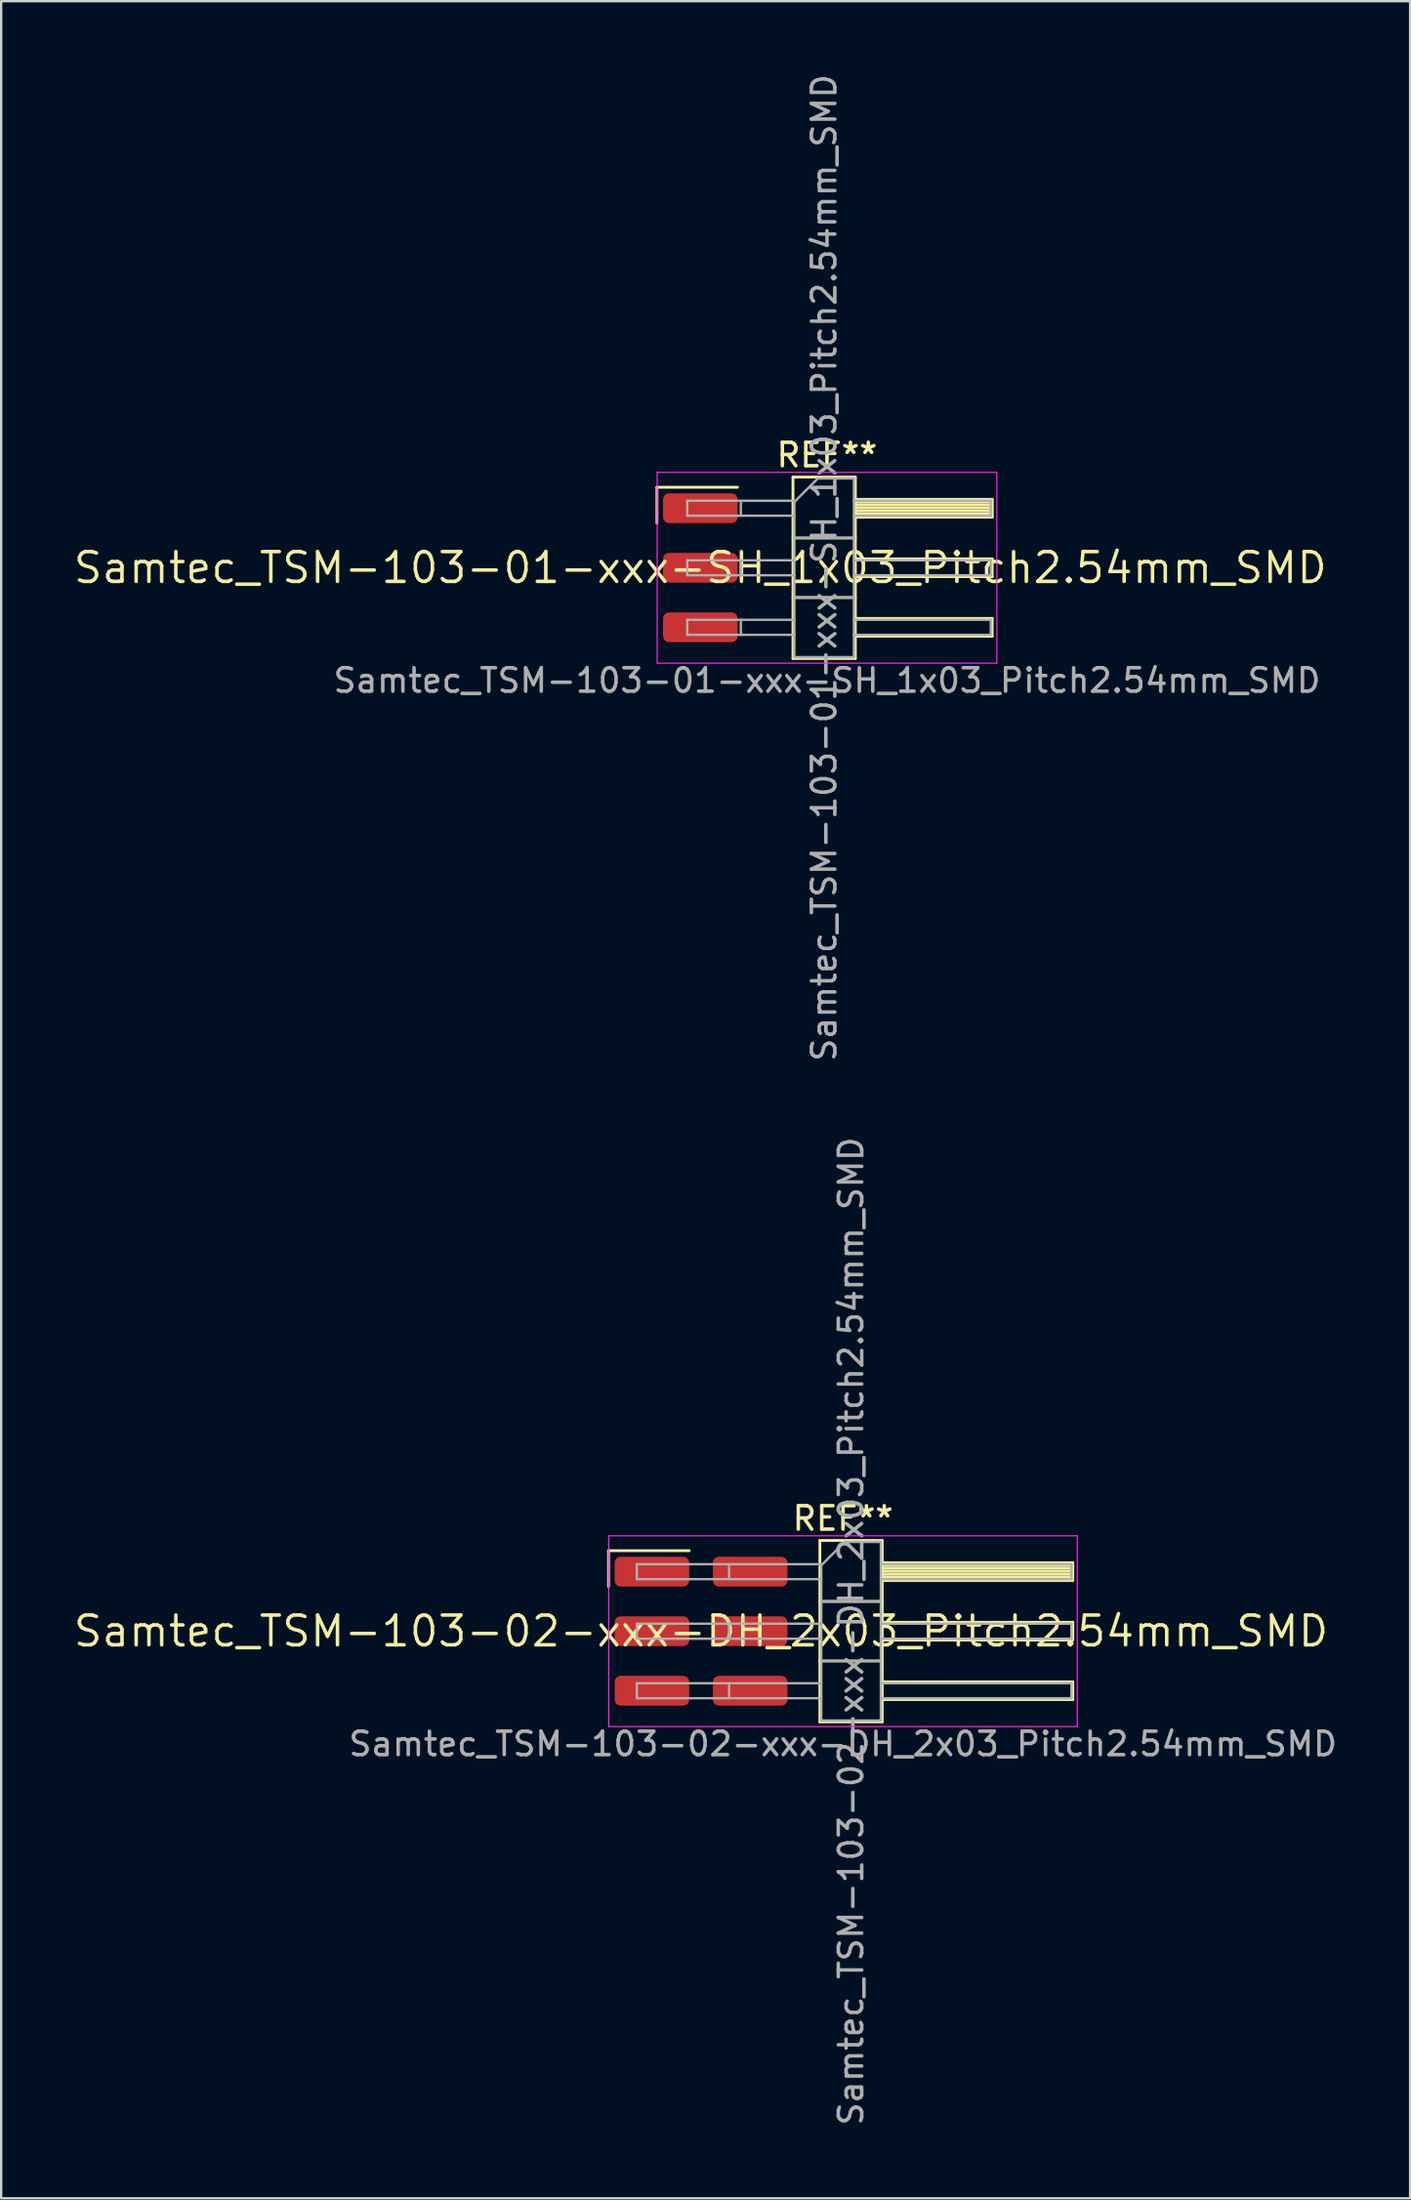
<source format=kicad_pcb>
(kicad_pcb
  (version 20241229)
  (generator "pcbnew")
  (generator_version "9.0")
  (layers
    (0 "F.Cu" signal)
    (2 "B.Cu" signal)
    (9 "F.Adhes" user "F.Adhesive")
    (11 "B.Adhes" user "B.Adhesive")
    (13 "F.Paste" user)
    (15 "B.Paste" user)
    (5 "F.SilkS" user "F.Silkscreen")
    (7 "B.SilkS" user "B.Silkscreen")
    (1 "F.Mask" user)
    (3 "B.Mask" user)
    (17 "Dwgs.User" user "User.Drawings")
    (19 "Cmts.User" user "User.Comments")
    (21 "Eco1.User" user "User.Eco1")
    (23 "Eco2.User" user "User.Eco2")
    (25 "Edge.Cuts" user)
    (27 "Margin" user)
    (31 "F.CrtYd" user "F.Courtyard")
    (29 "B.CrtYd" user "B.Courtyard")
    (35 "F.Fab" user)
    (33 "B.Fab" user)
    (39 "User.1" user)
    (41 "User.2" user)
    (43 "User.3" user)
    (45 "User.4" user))
  (footprint "Samtec_TSM-103-01-xxx-SH_1x03_Pitch2.54mm_SMD"
    (layer "F.Cu")
    (at 26.828 21.173)
    (property "Reference" "Samtec_TSM-103-01-xxx-SH_1x03_Pitch2.54mm_SMD" (at 0 0 0) (layer "F.SilkS") (effects (font (size 1.27 1.27) (thickness 0.15))))
    (attr smd)
    (fp_line (start -1.85 -3.435) (end 1.59 -3.435) (stroke (width 0.12) (type solid)) (layer "F.SilkS"))
    (fp_line (start -1.85 -1.905) (end -1.85 -3.435) (stroke (width 0.12) (type solid)) (layer "F.SilkS"))
    (fp_line (start 3.953 -3.87) (end 6.613 -3.87) (stroke (width 0.12) (type solid)) (layer "F.SilkS"))
    (fp_line (start 3.953 -1.27) (end 6.613 -1.27) (stroke (width 0.12) (type solid)) (layer "F.SilkS"))
    (fp_line (start 3.953 1.27) (end 6.613 1.27) (stroke (width 0.12) (type solid)) (layer "F.SilkS"))
    (fp_line (start 3.953 3.87) (end 3.953 -3.87) (stroke (width 0.12) (type solid)) (layer "F.SilkS"))
    (fp_line (start 6.613 -3.87) (end 6.613 3.87) (stroke (width 0.12) (type solid)) (layer "F.SilkS"))
    (fp_line (start 6.613 -2.92) (end 12.453 -2.92) (stroke (width 0.12) (type solid)) (layer "F.SilkS"))
    (fp_line (start 6.613 -2.8) (end 12.453 -2.8) (stroke (width 0.12) (type solid)) (layer "F.SilkS"))
    (fp_line (start 6.613 -2.68) (end 12.453 -2.68) (stroke (width 0.12) (type solid)) (layer "F.SilkS"))
    (fp_line (start 6.613 -2.56) (end 12.453 -2.56) (stroke (width 0.12) (type solid)) (layer "F.SilkS"))
    (fp_line (start 6.613 -2.44) (end 12.453 -2.44) (stroke (width 0.12) (type solid)) (layer "F.SilkS"))
    (fp_line (start 6.613 -2.32) (end 12.453 -2.32) (stroke (width 0.12) (type solid)) (layer "F.SilkS"))
    (fp_line (start 6.613 -2.2) (end 12.453 -2.2) (stroke (width 0.12) (type solid)) (layer "F.SilkS"))
    (fp_line (start 6.613 -2.16) (end 12.453 -2.16) (stroke (width 0.12) (type solid)) (layer "F.SilkS"))
    (fp_line (start 6.613 -0.38) (end 12.453 -0.38) (stroke (width 0.12) (type solid)) (layer "F.SilkS"))
    (fp_line (start 6.613 0.38) (end 12.453 0.38) (stroke (width 0.12) (type solid)) (layer "F.SilkS"))
    (fp_line (start 6.613 2.16) (end 12.453 2.16) (stroke (width 0.12) (type solid)) (layer "F.SilkS"))
    (fp_line (start 6.613 2.92) (end 12.453 2.92) (stroke (width 0.12) (type solid)) (layer "F.SilkS"))
    (fp_line (start 6.613 3.87) (end 3.953 3.87) (stroke (width 0.12) (type solid)) (layer "F.SilkS"))
    (fp_line (start 12.453 -2.92) (end 12.453 -2.16) (stroke (width 0.12) (type solid)) (layer "F.SilkS"))
    (fp_line (start 12.453 -0.38) (end 12.453 0.38) (stroke (width 0.12) (type solid)) (layer "F.SilkS"))
    (fp_line (start 12.453 2.16) (end 12.453 2.92) (stroke (width 0.12) (type solid)) (layer "F.SilkS"))
    (fp_line (start -1.84 -4.07) (end 12.65 -4.07) (stroke (width 0.05) (type solid)) (layer "F.CrtYd"))
    (fp_line (start -1.84 4.07) (end -1.84 -4.07) (stroke (width 0.05) (type solid)) (layer "F.CrtYd"))
    (fp_line (start 12.65 -4.07) (end 12.65 4.07) (stroke (width 0.05) (type solid)) (layer "F.CrtYd"))
    (fp_line (start 12.65 4.07) (end -1.84 4.07) (stroke (width 0.05) (type solid)) (layer "F.CrtYd"))
    (fp_line (start -0.557 -2.86) (end -0.557 -2.22) (stroke (width 0.1) (type solid)) (layer "F.Fab"))
    (fp_line (start -0.557 -2.86) (end 4.013 -2.86) (stroke (width 0.1) (type solid)) (layer "F.Fab"))
    (fp_line (start -0.557 -2.22) (end 4.013 -2.22) (stroke (width 0.1) (type solid)) (layer "F.Fab"))
    (fp_line (start -0.557 -0.32) (end -0.557 0.32) (stroke (width 0.1) (type solid)) (layer "F.Fab"))
    (fp_line (start -0.557 -0.32) (end 4.013 -0.32) (stroke (width 0.1) (type solid)) (layer "F.Fab"))
    (fp_line (start -0.557 0.32) (end 4.013 0.32) (stroke (width 0.1) (type solid)) (layer "F.Fab"))
    (fp_line (start -0.557 2.22) (end -0.557 2.86) (stroke (width 0.1) (type solid)) (layer "F.Fab"))
    (fp_line (start -0.557 2.22) (end 4.013 2.22) (stroke (width 0.1) (type solid)) (layer "F.Fab"))
    (fp_line (start -0.557 2.86) (end 4.013 2.86) (stroke (width 0.1) (type solid)) (layer "F.Fab"))
    (fp_line (start 1.728 -2.86) (end 1.728 -2.22) (stroke (width 0.1) (type solid)) (layer "F.Fab"))
    (fp_line (start 1.728 -0.32) (end 1.728 0.32) (stroke (width 0.1) (type solid)) (layer "F.Fab"))
    (fp_line (start 1.728 2.22) (end 1.728 2.86) (stroke (width 0.1) (type solid)) (layer "F.Fab"))
    (fp_line (start 4.013 -2.81) (end 5.013 -3.81) (stroke (width 0.1) (type solid)) (layer "F.Fab"))
    (fp_line (start 4.013 -1.27) (end 6.553 -1.27) (stroke (width 0.1) (type solid)) (layer "F.Fab"))
    (fp_line (start 4.013 1.27) (end 6.553 1.27) (stroke (width 0.1) (type solid)) (layer "F.Fab"))
    (fp_line (start 4.013 3.81) (end 4.013 -2.81) (stroke (width 0.1) (type solid)) (layer "F.Fab"))
    (fp_line (start 5.013 -3.81) (end 6.553 -3.81) (stroke (width 0.1) (type solid)) (layer "F.Fab"))
    (fp_line (start 6.553 -3.81) (end 6.553 3.81) (stroke (width 0.1) (type solid)) (layer "F.Fab"))
    (fp_line (start 6.553 -2.86) (end 12.393 -2.86) (stroke (width 0.1) (type solid)) (layer "F.Fab"))
    (fp_line (start 6.553 -2.22) (end 12.393 -2.22) (stroke (width 0.1) (type solid)) (layer "F.Fab"))
    (fp_line (start 6.553 -0.32) (end 12.393 -0.32) (stroke (width 0.1) (type solid)) (layer "F.Fab"))
    (fp_line (start 6.553 0.32) (end 12.393 0.32) (stroke (width 0.1) (type solid)) (layer "F.Fab"))
    (fp_line (start 6.553 2.22) (end 12.393 2.22) (stroke (width 0.1) (type solid)) (layer "F.Fab"))
    (fp_line (start 6.553 2.86) (end 12.393 2.86) (stroke (width 0.1) (type solid)) (layer "F.Fab"))
    (fp_line (start 6.553 3.81) (end 4.013 3.81) (stroke (width 0.1) (type solid)) (layer "F.Fab"))
    (fp_line (start 12.393 -2.86) (end 12.393 -2.22) (stroke (width 0.1) (type solid)) (layer "F.Fab"))
    (fp_line (start 12.393 -0.32) (end 12.393 0.32) (stroke (width 0.1) (type solid)) (layer "F.Fab"))
    (fp_line (start 12.393 2.22) (end 12.393 2.86) (stroke (width 0.1) (type solid)) (layer "F.Fab"))
    (fp_text user "REF**" (at 5.405 -4.81 0) (layer "F.SilkS") (effects (font (size 1 1) (thickness 0.15))))
    (fp_text user "${REFERENCE}" (at 5.283 0 90) (layer "F.Fab") (effects (font (size 1 1) (thickness 0.15))))
    (fp_text user "Samtec_TSM-103-01-xxx-SH_1x03_Pitch2.54mm_SMD" (at 5.405 4.81 0) (layer "F.Fab") (effects (font (size 1 1) (thickness 0.15))))
    (pad "1" smd roundrect (at 0 -2.54) (size 3.18 1.27) (layers "F.Cu" "F.Mask" "F.Paste") (roundrect_rratio 0.197))
    (pad "2" smd roundrect (at 0 0) (size 3.18 1.27) (layers "F.Cu" "F.Mask" "F.Paste") (roundrect_rratio 0.197))
    (pad "3" smd roundrect (at 0 2.54) (size 3.18 1.27) (layers "F.Cu" "F.Mask" "F.Paste") (roundrect_rratio 0.197)))
  (footprint "Samtec_TSM-103-02-xxx-DH_2x03_Pitch2.54mm_SMD"
    (layer "F.Cu")
    (at 26.859 66.542)
    (property "Reference" "Samtec_TSM-103-02-xxx-DH_2x03_Pitch2.54mm_SMD" (at 0 0 0) (layer "F.SilkS") (effects (font (size 1.27 1.27) (thickness 0.15))))
    (attr smd)
    (fp_line (start -3.945 -3.435) (end -0.505 -3.435) (stroke (width 0.12) (type solid)) (layer "F.SilkS"))
    (fp_line (start -3.945 -1.905) (end -3.945 -3.435) (stroke (width 0.12) (type solid)) (layer "F.SilkS"))
    (fp_line (start 5.07 -3.87) (end 7.73 -3.87) (stroke (width 0.12) (type solid)) (layer "F.SilkS"))
    (fp_line (start 5.07 -1.27) (end 7.73 -1.27) (stroke (width 0.12) (type solid)) (layer "F.SilkS"))
    (fp_line (start 5.07 1.27) (end 7.73 1.27) (stroke (width 0.12) (type solid)) (layer "F.SilkS"))
    (fp_line (start 5.07 3.87) (end 5.07 -3.87) (stroke (width 0.12) (type solid)) (layer "F.SilkS"))
    (fp_line (start 7.73 -3.87) (end 7.73 3.87) (stroke (width 0.12) (type solid)) (layer "F.SilkS"))
    (fp_line (start 7.73 -2.92) (end 15.86 -2.92) (stroke (width 0.12) (type solid)) (layer "F.SilkS"))
    (fp_line (start 7.73 -2.8) (end 15.86 -2.8) (stroke (width 0.12) (type solid)) (layer "F.SilkS"))
    (fp_line (start 7.73 -2.68) (end 15.86 -2.68) (stroke (width 0.12) (type solid)) (layer "F.SilkS"))
    (fp_line (start 7.73 -2.56) (end 15.86 -2.56) (stroke (width 0.12) (type solid)) (layer "F.SilkS"))
    (fp_line (start 7.73 -2.44) (end 15.86 -2.44) (stroke (width 0.12) (type solid)) (layer "F.SilkS"))
    (fp_line (start 7.73 -2.32) (end 15.86 -2.32) (stroke (width 0.12) (type solid)) (layer "F.SilkS"))
    (fp_line (start 7.73 -2.2) (end 15.86 -2.2) (stroke (width 0.12) (type solid)) (layer "F.SilkS"))
    (fp_line (start 7.73 -2.16) (end 15.86 -2.16) (stroke (width 0.12) (type solid)) (layer "F.SilkS"))
    (fp_line (start 7.73 -0.38) (end 15.86 -0.38) (stroke (width 0.12) (type solid)) (layer "F.SilkS"))
    (fp_line (start 7.73 0.38) (end 15.86 0.38) (stroke (width 0.12) (type solid)) (layer "F.SilkS"))
    (fp_line (start 7.73 2.16) (end 15.86 2.16) (stroke (width 0.12) (type solid)) (layer "F.SilkS"))
    (fp_line (start 7.73 2.92) (end 15.86 2.92) (stroke (width 0.12) (type solid)) (layer "F.SilkS"))
    (fp_line (start 7.73 3.87) (end 5.07 3.87) (stroke (width 0.12) (type solid)) (layer "F.SilkS"))
    (fp_line (start 15.86 -2.92) (end 15.86 -2.16) (stroke (width 0.12) (type solid)) (layer "F.SilkS"))
    (fp_line (start 15.86 -0.38) (end 15.86 0.38) (stroke (width 0.12) (type solid)) (layer "F.SilkS"))
    (fp_line (start 15.86 2.16) (end 15.86 2.92) (stroke (width 0.12) (type solid)) (layer "F.SilkS"))
    (fp_line (start -3.94 -4.07) (end 16.05 -4.07) (stroke (width 0.05) (type solid)) (layer "F.CrtYd"))
    (fp_line (start -3.94 4.07) (end -3.94 -4.07) (stroke (width 0.05) (type solid)) (layer "F.CrtYd"))
    (fp_line (start 16.05 -4.07) (end 16.05 4.07) (stroke (width 0.05) (type solid)) (layer "F.CrtYd"))
    (fp_line (start 16.05 4.07) (end -3.94 4.07) (stroke (width 0.05) (type solid)) (layer "F.CrtYd"))
    (fp_line (start -2.74 -2.86) (end -2.74 -2.22) (stroke (width 0.1) (type solid)) (layer "F.Fab"))
    (fp_line (start -2.74 -2.86) (end 5.13 -2.86) (stroke (width 0.1) (type solid)) (layer "F.Fab"))
    (fp_line (start -2.74 -2.22) (end 5.13 -2.22) (stroke (width 0.1) (type solid)) (layer "F.Fab"))
    (fp_line (start -2.74 -0.32) (end -2.74 0.32) (stroke (width 0.1) (type solid)) (layer "F.Fab"))
    (fp_line (start -2.74 -0.32) (end 5.13 -0.32) (stroke (width 0.1) (type solid)) (layer "F.Fab"))
    (fp_line (start -2.74 0.32) (end 5.13 0.32) (stroke (width 0.1) (type solid)) (layer "F.Fab"))
    (fp_line (start -2.74 2.22) (end -2.74 2.86) (stroke (width 0.1) (type solid)) (layer "F.Fab"))
    (fp_line (start -2.74 2.22) (end 5.13 2.22) (stroke (width 0.1) (type solid)) (layer "F.Fab"))
    (fp_line (start -2.74 2.86) (end 5.13 2.86) (stroke (width 0.1) (type solid)) (layer "F.Fab"))
    (fp_line (start 1.195 -2.86) (end 1.195 -2.22) (stroke (width 0.1) (type solid)) (layer "F.Fab"))
    (fp_line (start 1.195 -0.32) (end 1.195 0.32) (stroke (width 0.1) (type solid)) (layer "F.Fab"))
    (fp_line (start 1.195 2.22) (end 1.195 2.86) (stroke (width 0.1) (type solid)) (layer "F.Fab"))
    (fp_line (start 5.13 -2.81) (end 6.13 -3.81) (stroke (width 0.1) (type solid)) (layer "F.Fab"))
    (fp_line (start 5.13 -1.27) (end 7.67 -1.27) (stroke (width 0.1) (type solid)) (layer "F.Fab"))
    (fp_line (start 5.13 1.27) (end 7.67 1.27) (stroke (width 0.1) (type solid)) (layer "F.Fab"))
    (fp_line (start 5.13 3.81) (end 5.13 -2.81) (stroke (width 0.1) (type solid)) (layer "F.Fab"))
    (fp_line (start 6.13 -3.81) (end 7.67 -3.81) (stroke (width 0.1) (type solid)) (layer "F.Fab"))
    (fp_line (start 7.67 -3.81) (end 7.67 3.81) (stroke (width 0.1) (type solid)) (layer "F.Fab"))
    (fp_line (start 7.67 -2.86) (end 15.8 -2.86) (stroke (width 0.1) (type solid)) (layer "F.Fab"))
    (fp_line (start 7.67 -2.22) (end 15.8 -2.22) (stroke (width 0.1) (type solid)) (layer "F.Fab"))
    (fp_line (start 7.67 -0.32) (end 15.8 -0.32) (stroke (width 0.1) (type solid)) (layer "F.Fab"))
    (fp_line (start 7.67 0.32) (end 15.8 0.32) (stroke (width 0.1) (type solid)) (layer "F.Fab"))
    (fp_line (start 7.67 2.22) (end 15.8 2.22) (stroke (width 0.1) (type solid)) (layer "F.Fab"))
    (fp_line (start 7.67 2.86) (end 15.8 2.86) (stroke (width 0.1) (type solid)) (layer "F.Fab"))
    (fp_line (start 7.67 3.81) (end 5.13 3.81) (stroke (width 0.1) (type solid)) (layer "F.Fab"))
    (fp_line (start 15.8 -2.86) (end 15.8 -2.22) (stroke (width 0.1) (type solid)) (layer "F.Fab"))
    (fp_line (start 15.8 -0.32) (end 15.8 0.32) (stroke (width 0.1) (type solid)) (layer "F.Fab"))
    (fp_line (start 15.8 2.22) (end 15.8 2.86) (stroke (width 0.1) (type solid)) (layer "F.Fab"))
    (fp_text user "REF**" (at 6.055 -4.81 0) (layer "F.SilkS") (effects (font (size 1 1) (thickness 0.15))))
    (fp_text user "${REFERENCE}" (at 6.4 0 90) (layer "F.Fab") (effects (font (size 1 1) (thickness 0.15))))
    (fp_text user "Samtec_TSM-103-02-xxx-DH_2x03_Pitch2.54mm_SMD" (at 6.055 4.81 0) (layer "F.Fab") (effects (font (size 1 1) (thickness 0.15))))
    (pad "1" smd roundrect (at -2.095 -2.54) (size 3.18 1.27) (layers "F.Cu" "F.Mask" "F.Paste") (roundrect_rratio 0.197))
    (pad "2" smd roundrect (at 2.095 -2.54) (size 3.18 1.27) (layers "F.Cu" "F.Mask" "F.Paste") (roundrect_rratio 0.197))
    (pad "3" smd roundrect (at -2.095 0) (size 3.18 1.27) (layers "F.Cu" "F.Mask" "F.Paste") (roundrect_rratio 0.197))
    (pad "4" smd roundrect (at 2.095 0) (size 3.18 1.27) (layers "F.Cu" "F.Mask" "F.Paste") (roundrect_rratio 0.197))
    (pad "5" smd roundrect (at -2.095 2.54) (size 3.18 1.27) (layers "F.Cu" "F.Mask" "F.Paste") (roundrect_rratio 0.197))
    (pad "6" smd roundrect (at 2.095 2.54) (size 3.18 1.27) (layers "F.Cu" "F.Mask" "F.Paste") (roundrect_rratio 0.197)))
  (gr_rect
    (start -3 -3)
    (end 57.11 90.738)
    (stroke (width 0.1) (type default))
    (fill no)
    (layer "Edge.Cuts")))
</source>
